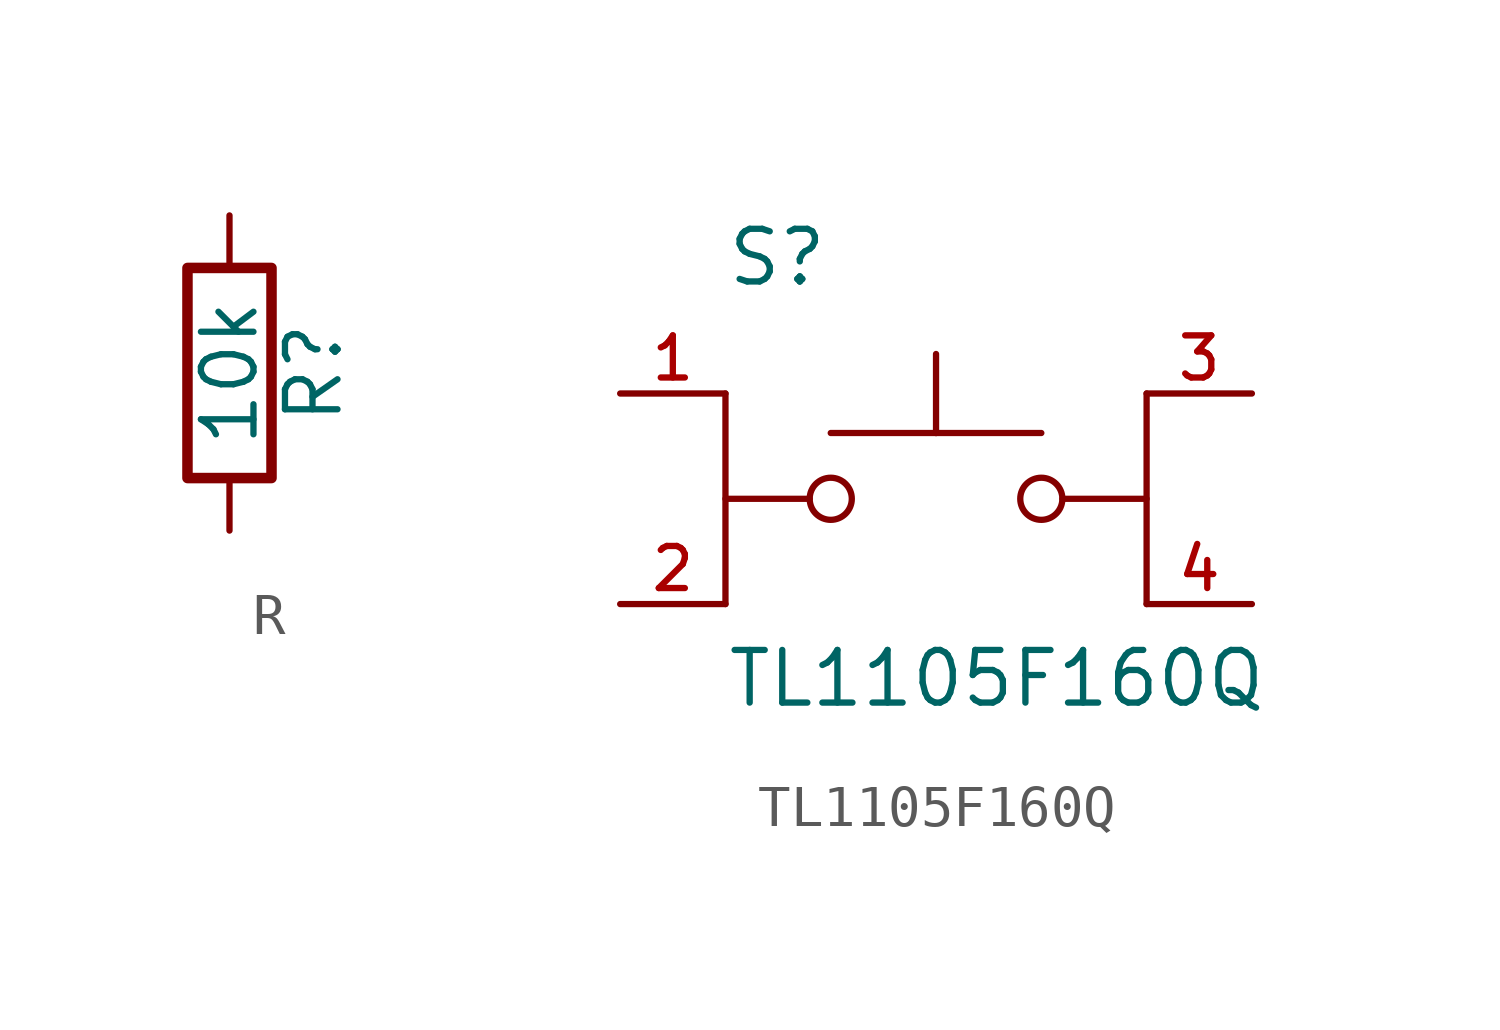
<source format=kicad_sym>
(kicad_symbol_lib
  (version 20241209)
  (generator "kicad_symbol_editor")
  (generator_version "9.0")
  (symbol "R"
    (pin_numbers
      (hide yes))
    (pin_names
      (offset 0))
    (property "Reference" "R"
      (at 2.032 0 90)
      (effects (font (size 1.27 1.27))))
    (property "Value" "10k"
      (at 0 0 90)
      (effects (font (size 1.27 1.27))))
    (symbol "R_0_1"
      (rectangle (start -1.016 -2.54) (end 1.016 2.54) (stroke (width 0.254) (type default)) (fill (type none))))
    (symbol "R_1_1"
      (pin passive line (at 0 3.81 270) (length 1.27) (name "~" (effects (font (size 1.27 1.27)))) (number "1" (effects (font (size 1.27 1.27)))))
      (pin passive line (at 0 -3.81 90) (length 1.27) (name "~" (effects (font (size 1.27 1.27)))) (number "2" (effects (font (size 1.27 1.27)))))))
  (symbol "TL1105F160Q"
    (pin_names
      (offset 1.016))
    (property "Reference" "S"
      (at -5.08 5.08 0)
      (effects (font (size 1.27 1.27)) (justify left bottom)))
    (property "Value" "TL1105F160Q"
      (at -5.08 -5.08 0)
      (effects (font (size 1.27 1.27)) (justify left bottom)))
    (symbol "TL1105F160Q_0_0"
      (polyline (pts (xy -5.08 2.54) (xy -5.08 -2.54)) (stroke (width 0.152) (type default)) (fill (type none)))
      (polyline (pts (xy -5.08 0) (xy -3.048 0)) (stroke (width 0.152) (type default)) (fill (type none)))
      (polyline (pts (xy -2.54 1.587) (xy 0 1.587)) (stroke (width 0.152) (type default)) (fill (type none)))
      (circle (center -2.54 0) (radius 0.508) (stroke (width 0.152) (type default)) (fill (type none)))
      (polyline (pts (xy 0 1.587) (xy 0 3.493)) (stroke (width 0.152) (type default)) (fill (type none)))
      (polyline (pts (xy 0 1.587) (xy 2.54 1.587)) (stroke (width 0.152) (type default)) (fill (type none)))
      (circle (center 2.54 0) (radius 0.508) (stroke (width 0.152) (type default)) (fill (type none)))
      (polyline (pts (xy 5.08 2.54) (xy 5.08 -2.54)) (stroke (width 0.152) (type default)) (fill (type none)))
      (polyline (pts (xy 5.08 0) (xy 3.048 0)) (stroke (width 0.152) (type default)) (fill (type none)))
      (pin passive line (at -7.62 2.54 0) (length 2.54) (name "~" (effects (font (size 1.016 1.016)))) (number "1" (effects (font (size 1.016 1.016)))))
      (pin passive line (at -7.62 -2.54 0) (length 2.54) (name "~" (effects (font (size 1.016 1.016)))) (number "2" (effects (font (size 1.016 1.016)))))
      (pin passive line (at 7.62 2.54 180) (length 2.54) (name "~" (effects (font (size 1.016 1.016)))) (number "3" (effects (font (size 1.016 1.016)))))
      (pin passive line (at 7.62 -2.54 180) (length 2.54) (name "~" (effects (font (size 1.016 1.016)))) (number "4" (effects (font (size 1.016 1.016))))))))
</source>
